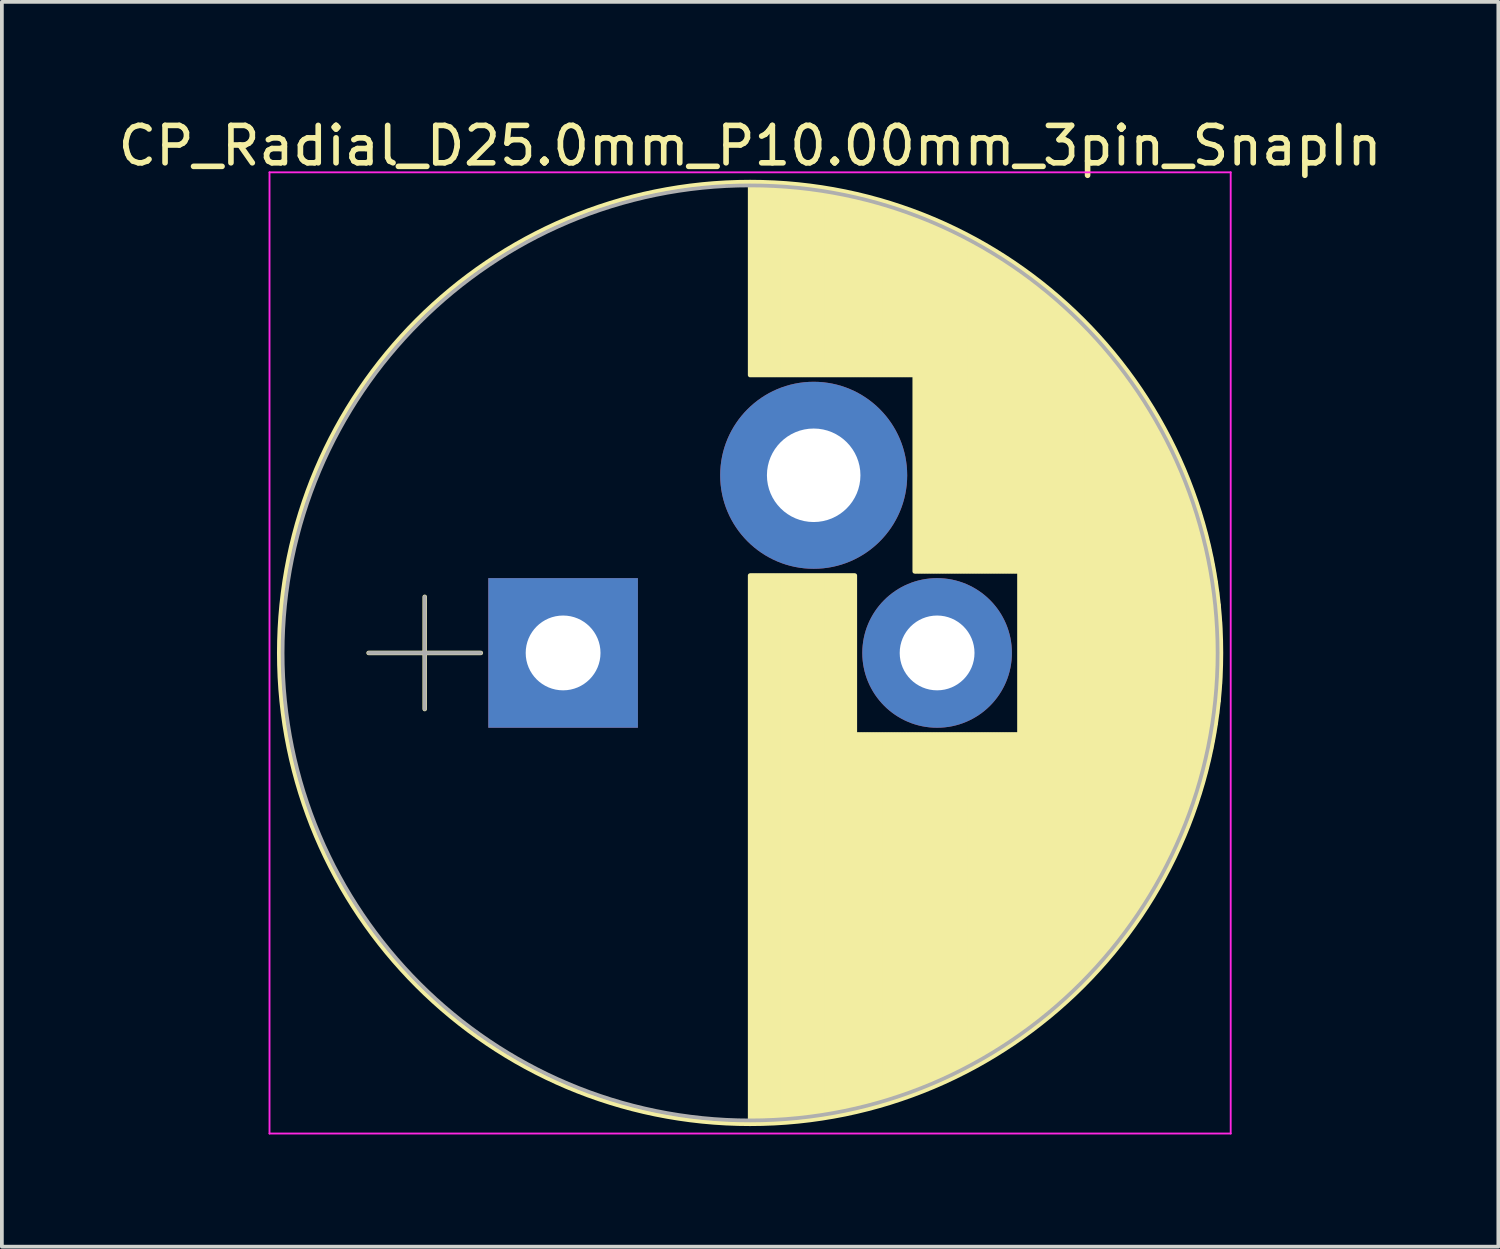
<source format=kicad_pcb>
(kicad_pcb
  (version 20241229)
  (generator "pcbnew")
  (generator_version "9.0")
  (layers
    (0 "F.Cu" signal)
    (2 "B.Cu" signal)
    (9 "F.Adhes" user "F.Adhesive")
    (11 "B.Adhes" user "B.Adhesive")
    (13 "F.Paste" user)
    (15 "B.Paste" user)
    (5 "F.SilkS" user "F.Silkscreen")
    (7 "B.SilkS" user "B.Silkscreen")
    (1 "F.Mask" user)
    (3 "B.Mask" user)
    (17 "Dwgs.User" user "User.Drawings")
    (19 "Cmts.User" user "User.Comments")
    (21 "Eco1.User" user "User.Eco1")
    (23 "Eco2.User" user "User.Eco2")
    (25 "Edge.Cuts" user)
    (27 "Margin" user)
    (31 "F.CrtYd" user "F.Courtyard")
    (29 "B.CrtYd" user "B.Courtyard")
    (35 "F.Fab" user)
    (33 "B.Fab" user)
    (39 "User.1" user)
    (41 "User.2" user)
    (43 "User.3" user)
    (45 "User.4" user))
  (footprint "CP_Radial_D25.0mm_P10.00mm_3pin_SnapIn"
    (layer "F.Cu")
    (at 12.006 14.408)
    (property "Reference" "CP_Radial_D25.0mm_P10.00mm_3pin_SnapIn" (at 5 -13.56 0) (layer "F.SilkS") (effects (font (size 1 1) (thickness 0.15))))
    (attr through_hole)
    (fp_line (start -5.2 0) (end -2.2 0) (stroke (width 0.12) (type solid)) (layer "F.SilkS"))
    (fp_line (start -3.7 -1.5) (end -3.7 1.5) (stroke (width 0.12) (type solid)) (layer "F.SilkS"))
    (fp_line (start 5 -12.55) (end 5 -7.43) (stroke (width 0.12) (type solid)) (layer "F.SilkS"))
    (fp_line (start 5 -2.07) (end 5 12.55) (stroke (width 0.12) (type solid)) (layer "F.SilkS"))
    (fp_line (start 5.04 -12.55) (end 5.04 -7.43) (stroke (width 0.12) (type solid)) (layer "F.SilkS"))
    (fp_line (start 5.04 -2.07) (end 5.04 12.55) (stroke (width 0.12) (type solid)) (layer "F.SilkS"))
    (fp_line (start 5.08 -12.55) (end 5.08 -7.43) (stroke (width 0.12) (type solid)) (layer "F.SilkS"))
    (fp_line (start 5.08 -2.07) (end 5.08 12.55) (stroke (width 0.12) (type solid)) (layer "F.SilkS"))
    (fp_line (start 5.12 -12.55) (end 5.12 -7.43) (stroke (width 0.12) (type solid)) (layer "F.SilkS"))
    (fp_line (start 5.12 -2.07) (end 5.12 12.55) (stroke (width 0.12) (type solid)) (layer "F.SilkS"))
    (fp_line (start 5.16 -12.549) (end 5.16 -7.43) (stroke (width 0.12) (type solid)) (layer "F.SilkS"))
    (fp_line (start 5.16 -2.07) (end 5.16 12.549) (stroke (width 0.12) (type solid)) (layer "F.SilkS"))
    (fp_line (start 5.2 -12.549) (end 5.2 -7.43) (stroke (width 0.12) (type solid)) (layer "F.SilkS"))
    (fp_line (start 5.2 -2.07) (end 5.2 12.549) (stroke (width 0.12) (type solid)) (layer "F.SilkS"))
    (fp_line (start 5.24 -12.548) (end 5.24 -7.43) (stroke (width 0.12) (type solid)) (layer "F.SilkS"))
    (fp_line (start 5.24 -2.07) (end 5.24 12.548) (stroke (width 0.12) (type solid)) (layer "F.SilkS"))
    (fp_line (start 5.28 -12.547) (end 5.28 -7.43) (stroke (width 0.12) (type solid)) (layer "F.SilkS"))
    (fp_line (start 5.28 -2.07) (end 5.28 12.547) (stroke (width 0.12) (type solid)) (layer "F.SilkS"))
    (fp_line (start 5.32 -12.546) (end 5.32 -7.43) (stroke (width 0.12) (type solid)) (layer "F.SilkS"))
    (fp_line (start 5.32 -2.07) (end 5.32 12.546) (stroke (width 0.12) (type solid)) (layer "F.SilkS"))
    (fp_line (start 5.36 -12.545) (end 5.36 -7.43) (stroke (width 0.12) (type solid)) (layer "F.SilkS"))
    (fp_line (start 5.36 -2.07) (end 5.36 12.545) (stroke (width 0.12) (type solid)) (layer "F.SilkS"))
    (fp_line (start 5.4 -12.544) (end 5.4 -7.43) (stroke (width 0.12) (type solid)) (layer "F.SilkS"))
    (fp_line (start 5.4 -2.07) (end 5.4 12.544) (stroke (width 0.12) (type solid)) (layer "F.SilkS"))
    (fp_line (start 5.44 -12.543) (end 5.44 -7.43) (stroke (width 0.12) (type solid)) (layer "F.SilkS"))
    (fp_line (start 5.44 -2.07) (end 5.44 12.543) (stroke (width 0.12) (type solid)) (layer "F.SilkS"))
    (fp_line (start 5.48 -12.541) (end 5.48 -7.43) (stroke (width 0.12) (type solid)) (layer "F.SilkS"))
    (fp_line (start 5.48 -2.07) (end 5.48 12.541) (stroke (width 0.12) (type solid)) (layer "F.SilkS"))
    (fp_line (start 5.52 -12.54) (end 5.52 -7.43) (stroke (width 0.12) (type solid)) (layer "F.SilkS"))
    (fp_line (start 5.52 -2.07) (end 5.52 12.54) (stroke (width 0.12) (type solid)) (layer "F.SilkS"))
    (fp_line (start 5.56 -12.538) (end 5.56 -7.43) (stroke (width 0.12) (type solid)) (layer "F.SilkS"))
    (fp_line (start 5.56 -2.07) (end 5.56 12.538) (stroke (width 0.12) (type solid)) (layer "F.SilkS"))
    (fp_line (start 5.6 -12.536) (end 5.6 -7.43) (stroke (width 0.12) (type solid)) (layer "F.SilkS"))
    (fp_line (start 5.6 -2.07) (end 5.6 12.536) (stroke (width 0.12) (type solid)) (layer "F.SilkS"))
    (fp_line (start 5.64 -12.534) (end 5.64 -7.43) (stroke (width 0.12) (type solid)) (layer "F.SilkS"))
    (fp_line (start 5.64 -2.07) (end 5.64 12.534) (stroke (width 0.12) (type solid)) (layer "F.SilkS"))
    (fp_line (start 5.68 -12.532) (end 5.68 -7.43) (stroke (width 0.12) (type solid)) (layer "F.SilkS"))
    (fp_line (start 5.68 -2.07) (end 5.68 12.532) (stroke (width 0.12) (type solid)) (layer "F.SilkS"))
    (fp_line (start 5.721 -12.53) (end 5.721 -7.43) (stroke (width 0.12) (type solid)) (layer "F.SilkS"))
    (fp_line (start 5.721 -2.07) (end 5.721 12.53) (stroke (width 0.12) (type solid)) (layer "F.SilkS"))
    (fp_line (start 5.761 -12.528) (end 5.761 -7.43) (stroke (width 0.12) (type solid)) (layer "F.SilkS"))
    (fp_line (start 5.761 -2.07) (end 5.761 12.528) (stroke (width 0.12) (type solid)) (layer "F.SilkS"))
    (fp_line (start 5.801 -12.525) (end 5.801 -7.43) (stroke (width 0.12) (type solid)) (layer "F.SilkS"))
    (fp_line (start 5.801 -2.07) (end 5.801 12.525) (stroke (width 0.12) (type solid)) (layer "F.SilkS"))
    (fp_line (start 5.841 -12.522) (end 5.841 -7.43) (stroke (width 0.12) (type solid)) (layer "F.SilkS"))
    (fp_line (start 5.841 -2.07) (end 5.841 12.522) (stroke (width 0.12) (type solid)) (layer "F.SilkS"))
    (fp_line (start 5.881 -12.52) (end 5.881 -7.43) (stroke (width 0.12) (type solid)) (layer "F.SilkS"))
    (fp_line (start 5.881 -2.07) (end 5.881 12.52) (stroke (width 0.12) (type solid)) (layer "F.SilkS"))
    (fp_line (start 5.921 -12.517) (end 5.921 -7.43) (stroke (width 0.12) (type solid)) (layer "F.SilkS"))
    (fp_line (start 5.921 -2.07) (end 5.921 12.517) (stroke (width 0.12) (type solid)) (layer "F.SilkS"))
    (fp_line (start 5.961 -12.514) (end 5.961 -7.43) (stroke (width 0.12) (type solid)) (layer "F.SilkS"))
    (fp_line (start 5.961 -2.07) (end 5.961 12.514) (stroke (width 0.12) (type solid)) (layer "F.SilkS"))
    (fp_line (start 6.001 -12.511) (end 6.001 -7.43) (stroke (width 0.12) (type solid)) (layer "F.SilkS"))
    (fp_line (start 6.001 -2.07) (end 6.001 12.511) (stroke (width 0.12) (type solid)) (layer "F.SilkS"))
    (fp_line (start 6.041 -12.507) (end 6.041 -7.43) (stroke (width 0.12) (type solid)) (layer "F.SilkS"))
    (fp_line (start 6.041 -2.07) (end 6.041 12.507) (stroke (width 0.12) (type solid)) (layer "F.SilkS"))
    (fp_line (start 6.081 -12.504) (end 6.081 -7.43) (stroke (width 0.12) (type solid)) (layer "F.SilkS"))
    (fp_line (start 6.081 -2.07) (end 6.081 12.504) (stroke (width 0.12) (type solid)) (layer "F.SilkS"))
    (fp_line (start 6.121 -12.501) (end 6.121 -7.43) (stroke (width 0.12) (type solid)) (layer "F.SilkS"))
    (fp_line (start 6.121 -2.07) (end 6.121 12.501) (stroke (width 0.12) (type solid)) (layer "F.SilkS"))
    (fp_line (start 6.161 -12.497) (end 6.161 -7.43) (stroke (width 0.12) (type solid)) (layer "F.SilkS"))
    (fp_line (start 6.161 -2.07) (end 6.161 12.497) (stroke (width 0.12) (type solid)) (layer "F.SilkS"))
    (fp_line (start 6.201 -12.493) (end 6.201 -7.43) (stroke (width 0.12) (type solid)) (layer "F.SilkS"))
    (fp_line (start 6.201 -2.07) (end 6.201 12.493) (stroke (width 0.12) (type solid)) (layer "F.SilkS"))
    (fp_line (start 6.241 -12.489) (end 6.241 -7.43) (stroke (width 0.12) (type solid)) (layer "F.SilkS"))
    (fp_line (start 6.241 -2.07) (end 6.241 12.489) (stroke (width 0.12) (type solid)) (layer "F.SilkS"))
    (fp_line (start 6.281 -12.485) (end 6.281 -7.43) (stroke (width 0.12) (type solid)) (layer "F.SilkS"))
    (fp_line (start 6.281 -2.07) (end 6.281 12.485) (stroke (width 0.12) (type solid)) (layer "F.SilkS"))
    (fp_line (start 6.321 -12.481) (end 6.321 -7.43) (stroke (width 0.12) (type solid)) (layer "F.SilkS"))
    (fp_line (start 6.321 -2.07) (end 6.321 12.481) (stroke (width 0.12) (type solid)) (layer "F.SilkS"))
    (fp_line (start 6.361 -12.477) (end 6.361 -7.43) (stroke (width 0.12) (type solid)) (layer "F.SilkS"))
    (fp_line (start 6.361 -2.07) (end 6.361 12.477) (stroke (width 0.12) (type solid)) (layer "F.SilkS"))
    (fp_line (start 6.401 -12.472) (end 6.401 -7.43) (stroke (width 0.12) (type solid)) (layer "F.SilkS"))
    (fp_line (start 6.401 -2.07) (end 6.401 12.472) (stroke (width 0.12) (type solid)) (layer "F.SilkS"))
    (fp_line (start 6.441 -12.468) (end 6.441 -7.43) (stroke (width 0.12) (type solid)) (layer "F.SilkS"))
    (fp_line (start 6.441 -2.07) (end 6.441 12.468) (stroke (width 0.12) (type solid)) (layer "F.SilkS"))
    (fp_line (start 6.481 -12.463) (end 6.481 -7.43) (stroke (width 0.12) (type solid)) (layer "F.SilkS"))
    (fp_line (start 6.481 -2.07) (end 6.481 12.463) (stroke (width 0.12) (type solid)) (layer "F.SilkS"))
    (fp_line (start 6.521 -12.458) (end 6.521 -7.43) (stroke (width 0.12) (type solid)) (layer "F.SilkS"))
    (fp_line (start 6.521 -2.07) (end 6.521 12.458) (stroke (width 0.12) (type solid)) (layer "F.SilkS"))
    (fp_line (start 6.561 -12.453) (end 6.561 -7.43) (stroke (width 0.12) (type solid)) (layer "F.SilkS"))
    (fp_line (start 6.561 -2.07) (end 6.561 12.453) (stroke (width 0.12) (type solid)) (layer "F.SilkS"))
    (fp_line (start 6.601 -12.448) (end 6.601 -7.43) (stroke (width 0.12) (type solid)) (layer "F.SilkS"))
    (fp_line (start 6.601 -2.07) (end 6.601 12.448) (stroke (width 0.12) (type solid)) (layer "F.SilkS"))
    (fp_line (start 6.641 -12.443) (end 6.641 -7.43) (stroke (width 0.12) (type solid)) (layer "F.SilkS"))
    (fp_line (start 6.641 -2.07) (end 6.641 12.443) (stroke (width 0.12) (type solid)) (layer "F.SilkS"))
    (fp_line (start 6.681 -12.438) (end 6.681 -7.43) (stroke (width 0.12) (type solid)) (layer "F.SilkS"))
    (fp_line (start 6.681 -2.07) (end 6.681 12.438) (stroke (width 0.12) (type solid)) (layer "F.SilkS"))
    (fp_line (start 6.721 -12.432) (end 6.721 -7.43) (stroke (width 0.12) (type solid)) (layer "F.SilkS"))
    (fp_line (start 6.721 -2.07) (end 6.721 12.432) (stroke (width 0.12) (type solid)) (layer "F.SilkS"))
    (fp_line (start 6.761 -12.427) (end 6.761 -7.43) (stroke (width 0.12) (type solid)) (layer "F.SilkS"))
    (fp_line (start 6.761 -2.07) (end 6.761 12.427) (stroke (width 0.12) (type solid)) (layer "F.SilkS"))
    (fp_line (start 6.801 -12.421) (end 6.801 -7.43) (stroke (width 0.12) (type solid)) (layer "F.SilkS"))
    (fp_line (start 6.801 -2.07) (end 6.801 12.421) (stroke (width 0.12) (type solid)) (layer "F.SilkS"))
    (fp_line (start 6.841 -12.415) (end 6.841 -7.43) (stroke (width 0.12) (type solid)) (layer "F.SilkS"))
    (fp_line (start 6.841 -2.07) (end 6.841 12.415) (stroke (width 0.12) (type solid)) (layer "F.SilkS"))
    (fp_line (start 6.881 -12.409) (end 6.881 -7.43) (stroke (width 0.12) (type solid)) (layer "F.SilkS"))
    (fp_line (start 6.881 -2.07) (end 6.881 12.409) (stroke (width 0.12) (type solid)) (layer "F.SilkS"))
    (fp_line (start 6.921 -12.403) (end 6.921 -7.43) (stroke (width 0.12) (type solid)) (layer "F.SilkS"))
    (fp_line (start 6.921 -2.07) (end 6.921 12.403) (stroke (width 0.12) (type solid)) (layer "F.SilkS"))
    (fp_line (start 6.961 -12.397) (end 6.961 -7.43) (stroke (width 0.12) (type solid)) (layer "F.SilkS"))
    (fp_line (start 6.961 -2.07) (end 6.961 12.397) (stroke (width 0.12) (type solid)) (layer "F.SilkS"))
    (fp_line (start 7.001 -12.391) (end 7.001 -7.43) (stroke (width 0.12) (type solid)) (layer "F.SilkS"))
    (fp_line (start 7.001 -2.07) (end 7.001 12.391) (stroke (width 0.12) (type solid)) (layer "F.SilkS"))
    (fp_line (start 7.041 -12.384) (end 7.041 -7.43) (stroke (width 0.12) (type solid)) (layer "F.SilkS"))
    (fp_line (start 7.041 -2.07) (end 7.041 12.384) (stroke (width 0.12) (type solid)) (layer "F.SilkS"))
    (fp_line (start 7.081 -12.377) (end 7.081 -7.43) (stroke (width 0.12) (type solid)) (layer "F.SilkS"))
    (fp_line (start 7.081 -2.07) (end 7.081 12.377) (stroke (width 0.12) (type solid)) (layer "F.SilkS"))
    (fp_line (start 7.121 -12.371) (end 7.121 -7.43) (stroke (width 0.12) (type solid)) (layer "F.SilkS"))
    (fp_line (start 7.121 -2.07) (end 7.121 12.371) (stroke (width 0.12) (type solid)) (layer "F.SilkS"))
    (fp_line (start 7.161 -12.364) (end 7.161 -7.43) (stroke (width 0.12) (type solid)) (layer "F.SilkS"))
    (fp_line (start 7.161 -2.07) (end 7.161 12.364) (stroke (width 0.12) (type solid)) (layer "F.SilkS"))
    (fp_line (start 7.201 -12.357) (end 7.201 -7.43) (stroke (width 0.12) (type solid)) (layer "F.SilkS"))
    (fp_line (start 7.201 -2.07) (end 7.201 12.357) (stroke (width 0.12) (type solid)) (layer "F.SilkS"))
    (fp_line (start 7.241 -12.35) (end 7.241 -7.43) (stroke (width 0.12) (type solid)) (layer "F.SilkS"))
    (fp_line (start 7.241 -2.07) (end 7.241 12.35) (stroke (width 0.12) (type solid)) (layer "F.SilkS"))
    (fp_line (start 7.281 -12.342) (end 7.281 -7.43) (stroke (width 0.12) (type solid)) (layer "F.SilkS"))
    (fp_line (start 7.281 -2.07) (end 7.281 12.342) (stroke (width 0.12) (type solid)) (layer "F.SilkS"))
    (fp_line (start 7.321 -12.335) (end 7.321 -7.43) (stroke (width 0.12) (type solid)) (layer "F.SilkS"))
    (fp_line (start 7.321 -2.07) (end 7.321 12.335) (stroke (width 0.12) (type solid)) (layer "F.SilkS"))
    (fp_line (start 7.361 -12.327) (end 7.361 -7.43) (stroke (width 0.12) (type solid)) (layer "F.SilkS"))
    (fp_line (start 7.361 -2.07) (end 7.361 12.327) (stroke (width 0.12) (type solid)) (layer "F.SilkS"))
    (fp_line (start 7.401 -12.32) (end 7.401 -7.43) (stroke (width 0.12) (type solid)) (layer "F.SilkS"))
    (fp_line (start 7.401 -2.07) (end 7.401 12.32) (stroke (width 0.12) (type solid)) (layer "F.SilkS"))
    (fp_line (start 7.441 -12.312) (end 7.441 -7.43) (stroke (width 0.12) (type solid)) (layer "F.SilkS"))
    (fp_line (start 7.441 -2.07) (end 7.441 12.312) (stroke (width 0.12) (type solid)) (layer "F.SilkS"))
    (fp_line (start 7.481 -12.304) (end 7.481 -7.43) (stroke (width 0.12) (type solid)) (layer "F.SilkS"))
    (fp_line (start 7.481 -2.07) (end 7.481 12.304) (stroke (width 0.12) (type solid)) (layer "F.SilkS"))
    (fp_line (start 7.521 -12.296) (end 7.521 -7.43) (stroke (width 0.12) (type solid)) (layer "F.SilkS"))
    (fp_line (start 7.521 -2.07) (end 7.521 12.296) (stroke (width 0.12) (type solid)) (layer "F.SilkS"))
    (fp_line (start 7.561 -12.287) (end 7.561 -7.43) (stroke (width 0.12) (type solid)) (layer "F.SilkS"))
    (fp_line (start 7.561 -2.07) (end 7.561 12.287) (stroke (width 0.12) (type solid)) (layer "F.SilkS"))
    (fp_line (start 7.601 -12.279) (end 7.601 -7.43) (stroke (width 0.12) (type solid)) (layer "F.SilkS"))
    (fp_line (start 7.601 -2.07) (end 7.601 12.279) (stroke (width 0.12) (type solid)) (layer "F.SilkS"))
    (fp_line (start 7.641 -12.271) (end 7.641 -7.43) (stroke (width 0.12) (type solid)) (layer "F.SilkS"))
    (fp_line (start 7.641 -2.07) (end 7.641 12.271) (stroke (width 0.12) (type solid)) (layer "F.SilkS"))
    (fp_line (start 7.681 -12.262) (end 7.681 -7.43) (stroke (width 0.12) (type solid)) (layer "F.SilkS"))
    (fp_line (start 7.681 -2.07) (end 7.681 12.262) (stroke (width 0.12) (type solid)) (layer "F.SilkS"))
    (fp_line (start 7.721 -12.253) (end 7.721 -7.43) (stroke (width 0.12) (type solid)) (layer "F.SilkS"))
    (fp_line (start 7.721 -2.07) (end 7.721 12.253) (stroke (width 0.12) (type solid)) (layer "F.SilkS"))
    (fp_line (start 7.761 -12.244) (end 7.761 -7.43) (stroke (width 0.12) (type solid)) (layer "F.SilkS"))
    (fp_line (start 7.761 -2.07) (end 7.761 12.244) (stroke (width 0.12) (type solid)) (layer "F.SilkS"))
    (fp_line (start 7.801 -12.235) (end 7.801 -7.43) (stroke (width 0.12) (type solid)) (layer "F.SilkS"))
    (fp_line (start 7.801 -2.07) (end 7.801 12.235) (stroke (width 0.12) (type solid)) (layer "F.SilkS"))
    (fp_line (start 7.841 -12.226) (end 7.841 -7.43) (stroke (width 0.12) (type solid)) (layer "F.SilkS"))
    (fp_line (start 7.841 2.18) (end 7.841 12.226) (stroke (width 0.12) (type solid)) (layer "F.SilkS"))
    (fp_line (start 7.881 -12.217) (end 7.881 -7.43) (stroke (width 0.12) (type solid)) (layer "F.SilkS"))
    (fp_line (start 7.881 2.18) (end 7.881 12.217) (stroke (width 0.12) (type solid)) (layer "F.SilkS"))
    (fp_line (start 7.921 -12.207) (end 7.921 -7.43) (stroke (width 0.12) (type solid)) (layer "F.SilkS"))
    (fp_line (start 7.921 2.18) (end 7.921 12.207) (stroke (width 0.12) (type solid)) (layer "F.SilkS"))
    (fp_line (start 7.961 -12.198) (end 7.961 -7.43) (stroke (width 0.12) (type solid)) (layer "F.SilkS"))
    (fp_line (start 7.961 2.18) (end 7.961 12.198) (stroke (width 0.12) (type solid)) (layer "F.SilkS"))
    (fp_line (start 8.001 -12.188) (end 8.001 -7.43) (stroke (width 0.12) (type solid)) (layer "F.SilkS"))
    (fp_line (start 8.001 2.18) (end 8.001 12.188) (stroke (width 0.12) (type solid)) (layer "F.SilkS"))
    (fp_line (start 8.041 -12.178) (end 8.041 -7.43) (stroke (width 0.12) (type solid)) (layer "F.SilkS"))
    (fp_line (start 8.041 2.18) (end 8.041 12.178) (stroke (width 0.12) (type solid)) (layer "F.SilkS"))
    (fp_line (start 8.081 -12.168) (end 8.081 -7.43) (stroke (width 0.12) (type solid)) (layer "F.SilkS"))
    (fp_line (start 8.081 2.18) (end 8.081 12.168) (stroke (width 0.12) (type solid)) (layer "F.SilkS"))
    (fp_line (start 8.121 -12.158) (end 8.121 -7.43) (stroke (width 0.12) (type solid)) (layer "F.SilkS"))
    (fp_line (start 8.121 2.18) (end 8.121 12.158) (stroke (width 0.12) (type solid)) (layer "F.SilkS"))
    (fp_line (start 8.161 -12.147) (end 8.161 -7.43) (stroke (width 0.12) (type solid)) (layer "F.SilkS"))
    (fp_line (start 8.161 2.18) (end 8.161 12.147) (stroke (width 0.12) (type solid)) (layer "F.SilkS"))
    (fp_line (start 8.201 -12.137) (end 8.201 -7.43) (stroke (width 0.12) (type solid)) (layer "F.SilkS"))
    (fp_line (start 8.201 2.18) (end 8.201 12.137) (stroke (width 0.12) (type solid)) (layer "F.SilkS"))
    (fp_line (start 8.241 -12.126) (end 8.241 -7.43) (stroke (width 0.12) (type solid)) (layer "F.SilkS"))
    (fp_line (start 8.241 2.18) (end 8.241 12.126) (stroke (width 0.12) (type solid)) (layer "F.SilkS"))
    (fp_line (start 8.281 -12.116) (end 8.281 -7.43) (stroke (width 0.12) (type solid)) (layer "F.SilkS"))
    (fp_line (start 8.281 2.18) (end 8.281 12.116) (stroke (width 0.12) (type solid)) (layer "F.SilkS"))
    (fp_line (start 8.321 -12.105) (end 8.321 -7.43) (stroke (width 0.12) (type solid)) (layer "F.SilkS"))
    (fp_line (start 8.321 2.18) (end 8.321 12.105) (stroke (width 0.12) (type solid)) (layer "F.SilkS"))
    (fp_line (start 8.361 -12.094) (end 8.361 -7.43) (stroke (width 0.12) (type solid)) (layer "F.SilkS"))
    (fp_line (start 8.361 2.18) (end 8.361 12.094) (stroke (width 0.12) (type solid)) (layer "F.SilkS"))
    (fp_line (start 8.401 -12.083) (end 8.401 -7.43) (stroke (width 0.12) (type solid)) (layer "F.SilkS"))
    (fp_line (start 8.401 2.18) (end 8.401 12.083) (stroke (width 0.12) (type solid)) (layer "F.SilkS"))
    (fp_line (start 8.441 -12.071) (end 8.441 -7.43) (stroke (width 0.12) (type solid)) (layer "F.SilkS"))
    (fp_line (start 8.441 2.18) (end 8.441 12.071) (stroke (width 0.12) (type solid)) (layer "F.SilkS"))
    (fp_line (start 8.481 -12.06) (end 8.481 -7.43) (stroke (width 0.12) (type solid)) (layer "F.SilkS"))
    (fp_line (start 8.481 2.18) (end 8.481 12.06) (stroke (width 0.12) (type solid)) (layer "F.SilkS"))
    (fp_line (start 8.521 -12.048) (end 8.521 -7.43) (stroke (width 0.12) (type solid)) (layer "F.SilkS"))
    (fp_line (start 8.521 2.18) (end 8.521 12.048) (stroke (width 0.12) (type solid)) (layer "F.SilkS"))
    (fp_line (start 8.561 -12.037) (end 8.561 -7.43) (stroke (width 0.12) (type solid)) (layer "F.SilkS"))
    (fp_line (start 8.561 2.18) (end 8.561 12.037) (stroke (width 0.12) (type solid)) (layer "F.SilkS"))
    (fp_line (start 8.601 -12.025) (end 8.601 -7.43) (stroke (width 0.12) (type solid)) (layer "F.SilkS"))
    (fp_line (start 8.601 2.18) (end 8.601 12.025) (stroke (width 0.12) (type solid)) (layer "F.SilkS"))
    (fp_line (start 8.641 -12.013) (end 8.641 -7.43) (stroke (width 0.12) (type solid)) (layer "F.SilkS"))
    (fp_line (start 8.641 2.18) (end 8.641 12.013) (stroke (width 0.12) (type solid)) (layer "F.SilkS"))
    (fp_line (start 8.681 -12.001) (end 8.681 -7.43) (stroke (width 0.12) (type solid)) (layer "F.SilkS"))
    (fp_line (start 8.681 2.18) (end 8.681 12.001) (stroke (width 0.12) (type solid)) (layer "F.SilkS"))
    (fp_line (start 8.721 -11.988) (end 8.721 -7.43) (stroke (width 0.12) (type solid)) (layer "F.SilkS"))
    (fp_line (start 8.721 2.18) (end 8.721 11.988) (stroke (width 0.12) (type solid)) (layer "F.SilkS"))
    (fp_line (start 8.761 -11.976) (end 8.761 -7.43) (stroke (width 0.12) (type solid)) (layer "F.SilkS"))
    (fp_line (start 8.761 2.18) (end 8.761 11.976) (stroke (width 0.12) (type solid)) (layer "F.SilkS"))
    (fp_line (start 8.801 -11.963) (end 8.801 -7.43) (stroke (width 0.12) (type solid)) (layer "F.SilkS"))
    (fp_line (start 8.801 2.18) (end 8.801 11.963) (stroke (width 0.12) (type solid)) (layer "F.SilkS"))
    (fp_line (start 8.841 -11.951) (end 8.841 -7.43) (stroke (width 0.12) (type solid)) (layer "F.SilkS"))
    (fp_line (start 8.841 2.18) (end 8.841 11.951) (stroke (width 0.12) (type solid)) (layer "F.SilkS"))
    (fp_line (start 8.881 -11.938) (end 8.881 -7.43) (stroke (width 0.12) (type solid)) (layer "F.SilkS"))
    (fp_line (start 8.881 2.18) (end 8.881 11.938) (stroke (width 0.12) (type solid)) (layer "F.SilkS"))
    (fp_line (start 8.921 -11.925) (end 8.921 -7.43) (stroke (width 0.12) (type solid)) (layer "F.SilkS"))
    (fp_line (start 8.921 2.18) (end 8.921 11.925) (stroke (width 0.12) (type solid)) (layer "F.SilkS"))
    (fp_line (start 8.961 -11.912) (end 8.961 -7.43) (stroke (width 0.12) (type solid)) (layer "F.SilkS"))
    (fp_line (start 8.961 2.18) (end 8.961 11.912) (stroke (width 0.12) (type solid)) (layer "F.SilkS"))
    (fp_line (start 9.001 -11.898) (end 9.001 -7.43) (stroke (width 0.12) (type solid)) (layer "F.SilkS"))
    (fp_line (start 9.001 2.18) (end 9.001 11.898) (stroke (width 0.12) (type solid)) (layer "F.SilkS"))
    (fp_line (start 9.041 -11.885) (end 9.041 -7.43) (stroke (width 0.12) (type solid)) (layer "F.SilkS"))
    (fp_line (start 9.041 2.18) (end 9.041 11.885) (stroke (width 0.12) (type solid)) (layer "F.SilkS"))
    (fp_line (start 9.081 -11.871) (end 9.081 -7.43) (stroke (width 0.12) (type solid)) (layer "F.SilkS"))
    (fp_line (start 9.081 2.18) (end 9.081 11.871) (stroke (width 0.12) (type solid)) (layer "F.SilkS"))
    (fp_line (start 9.121 -11.857) (end 9.121 -7.43) (stroke (width 0.12) (type solid)) (layer "F.SilkS"))
    (fp_line (start 9.121 2.18) (end 9.121 11.857) (stroke (width 0.12) (type solid)) (layer "F.SilkS"))
    (fp_line (start 9.161 -11.843) (end 9.161 -7.43) (stroke (width 0.12) (type solid)) (layer "F.SilkS"))
    (fp_line (start 9.161 2.18) (end 9.161 11.843) (stroke (width 0.12) (type solid)) (layer "F.SilkS"))
    (fp_line (start 9.201 -11.829) (end 9.201 -7.43) (stroke (width 0.12) (type solid)) (layer "F.SilkS"))
    (fp_line (start 9.201 2.18) (end 9.201 11.829) (stroke (width 0.12) (type solid)) (layer "F.SilkS"))
    (fp_line (start 9.241 -11.815) (end 9.241 -7.43) (stroke (width 0.12) (type solid)) (layer "F.SilkS"))
    (fp_line (start 9.241 2.18) (end 9.241 11.815) (stroke (width 0.12) (type solid)) (layer "F.SilkS"))
    (fp_line (start 9.281 -11.801) (end 9.281 -7.43) (stroke (width 0.12) (type solid)) (layer "F.SilkS"))
    (fp_line (start 9.281 2.18) (end 9.281 11.801) (stroke (width 0.12) (type solid)) (layer "F.SilkS"))
    (fp_line (start 9.321 -11.786) (end 9.321 -7.43) (stroke (width 0.12) (type solid)) (layer "F.SilkS"))
    (fp_line (start 9.321 2.18) (end 9.321 11.786) (stroke (width 0.12) (type solid)) (layer "F.SilkS"))
    (fp_line (start 9.361 -11.771) (end 9.361 -7.43) (stroke (width 0.12) (type solid)) (layer "F.SilkS"))
    (fp_line (start 9.361 2.18) (end 9.361 11.771) (stroke (width 0.12) (type solid)) (layer "F.SilkS"))
    (fp_line (start 9.401 -11.757) (end 9.401 -2.18) (stroke (width 0.12) (type solid)) (layer "F.SilkS"))
    (fp_line (start 9.401 2.18) (end 9.401 11.757) (stroke (width 0.12) (type solid)) (layer "F.SilkS"))
    (fp_line (start 9.441 -11.742) (end 9.441 -2.18) (stroke (width 0.12) (type solid)) (layer "F.SilkS"))
    (fp_line (start 9.441 2.18) (end 9.441 11.742) (stroke (width 0.12) (type solid)) (layer "F.SilkS"))
    (fp_line (start 9.481 -11.726) (end 9.481 -2.18) (stroke (width 0.12) (type solid)) (layer "F.SilkS"))
    (fp_line (start 9.481 2.18) (end 9.481 11.726) (stroke (width 0.12) (type solid)) (layer "F.SilkS"))
    (fp_line (start 9.521 -11.711) (end 9.521 -2.18) (stroke (width 0.12) (type solid)) (layer "F.SilkS"))
    (fp_line (start 9.521 2.18) (end 9.521 11.711) (stroke (width 0.12) (type solid)) (layer "F.SilkS"))
    (fp_line (start 9.561 -11.696) (end 9.561 -2.18) (stroke (width 0.12) (type solid)) (layer "F.SilkS"))
    (fp_line (start 9.561 2.18) (end 9.561 11.696) (stroke (width 0.12) (type solid)) (layer "F.SilkS"))
    (fp_line (start 9.601 -11.68) (end 9.601 -2.18) (stroke (width 0.12) (type solid)) (layer "F.SilkS"))
    (fp_line (start 9.601 2.18) (end 9.601 11.68) (stroke (width 0.12) (type solid)) (layer "F.SilkS"))
    (fp_line (start 9.641 -11.664) (end 9.641 -2.18) (stroke (width 0.12) (type solid)) (layer "F.SilkS"))
    (fp_line (start 9.641 2.18) (end 9.641 11.664) (stroke (width 0.12) (type solid)) (layer "F.SilkS"))
    (fp_line (start 9.681 -11.648) (end 9.681 -2.18) (stroke (width 0.12) (type solid)) (layer "F.SilkS"))
    (fp_line (start 9.681 2.18) (end 9.681 11.648) (stroke (width 0.12) (type solid)) (layer "F.SilkS"))
    (fp_line (start 9.721 -11.632) (end 9.721 -2.18) (stroke (width 0.12) (type solid)) (layer "F.SilkS"))
    (fp_line (start 9.721 2.18) (end 9.721 11.632) (stroke (width 0.12) (type solid)) (layer "F.SilkS"))
    (fp_line (start 9.761 -11.616) (end 9.761 -2.18) (stroke (width 0.12) (type solid)) (layer "F.SilkS"))
    (fp_line (start 9.761 2.18) (end 9.761 11.616) (stroke (width 0.12) (type solid)) (layer "F.SilkS"))
    (fp_line (start 9.801 -11.6) (end 9.801 -2.18) (stroke (width 0.12) (type solid)) (layer "F.SilkS"))
    (fp_line (start 9.801 2.18) (end 9.801 11.6) (stroke (width 0.12) (type solid)) (layer "F.SilkS"))
    (fp_line (start 9.841 -11.583) (end 9.841 -2.18) (stroke (width 0.12) (type solid)) (layer "F.SilkS"))
    (fp_line (start 9.841 2.18) (end 9.841 11.583) (stroke (width 0.12) (type solid)) (layer "F.SilkS"))
    (fp_line (start 9.881 -11.566) (end 9.881 -2.18) (stroke (width 0.12) (type solid)) (layer "F.SilkS"))
    (fp_line (start 9.881 2.18) (end 9.881 11.566) (stroke (width 0.12) (type solid)) (layer "F.SilkS"))
    (fp_line (start 9.921 -11.549) (end 9.921 -2.18) (stroke (width 0.12) (type solid)) (layer "F.SilkS"))
    (fp_line (start 9.921 2.18) (end 9.921 11.549) (stroke (width 0.12) (type solid)) (layer "F.SilkS"))
    (fp_line (start 9.961 -11.532) (end 9.961 -2.18) (stroke (width 0.12) (type solid)) (layer "F.SilkS"))
    (fp_line (start 9.961 2.18) (end 9.961 11.532) (stroke (width 0.12) (type solid)) (layer "F.SilkS"))
    (fp_line (start 10.001 -11.515) (end 10.001 -2.18) (stroke (width 0.12) (type solid)) (layer "F.SilkS"))
    (fp_line (start 10.001 2.18) (end 10.001 11.515) (stroke (width 0.12) (type solid)) (layer "F.SilkS"))
    (fp_line (start 10.041 -11.498) (end 10.041 -2.18) (stroke (width 0.12) (type solid)) (layer "F.SilkS"))
    (fp_line (start 10.041 2.18) (end 10.041 11.498) (stroke (width 0.12) (type solid)) (layer "F.SilkS"))
    (fp_line (start 10.081 -11.48) (end 10.081 -2.18) (stroke (width 0.12) (type solid)) (layer "F.SilkS"))
    (fp_line (start 10.081 2.18) (end 10.081 11.48) (stroke (width 0.12) (type solid)) (layer "F.SilkS"))
    (fp_line (start 10.121 -11.462) (end 10.121 -2.18) (stroke (width 0.12) (type solid)) (layer "F.SilkS"))
    (fp_line (start 10.121 2.18) (end 10.121 11.462) (stroke (width 0.12) (type solid)) (layer "F.SilkS"))
    (fp_line (start 10.161 -11.445) (end 10.161 -2.18) (stroke (width 0.12) (type solid)) (layer "F.SilkS"))
    (fp_line (start 10.161 2.18) (end 10.161 11.445) (stroke (width 0.12) (type solid)) (layer "F.SilkS"))
    (fp_line (start 10.201 -11.426) (end 10.201 -2.18) (stroke (width 0.12) (type solid)) (layer "F.SilkS"))
    (fp_line (start 10.201 2.18) (end 10.201 11.426) (stroke (width 0.12) (type solid)) (layer "F.SilkS"))
    (fp_line (start 10.241 -11.408) (end 10.241 -2.18) (stroke (width 0.12) (type solid)) (layer "F.SilkS"))
    (fp_line (start 10.241 2.18) (end 10.241 11.408) (stroke (width 0.12) (type solid)) (layer "F.SilkS"))
    (fp_line (start 10.281 -11.39) (end 10.281 -2.18) (stroke (width 0.12) (type solid)) (layer "F.SilkS"))
    (fp_line (start 10.281 2.18) (end 10.281 11.39) (stroke (width 0.12) (type solid)) (layer "F.SilkS"))
    (fp_line (start 10.321 -11.371) (end 10.321 -2.18) (stroke (width 0.12) (type solid)) (layer "F.SilkS"))
    (fp_line (start 10.321 2.18) (end 10.321 11.371) (stroke (width 0.12) (type solid)) (layer "F.SilkS"))
    (fp_line (start 10.361 -11.353) (end 10.361 -2.18) (stroke (width 0.12) (type solid)) (layer "F.SilkS"))
    (fp_line (start 10.361 2.18) (end 10.361 11.353) (stroke (width 0.12) (type solid)) (layer "F.SilkS"))
    (fp_line (start 10.401 -11.334) (end 10.401 -2.18) (stroke (width 0.12) (type solid)) (layer "F.SilkS"))
    (fp_line (start 10.401 2.18) (end 10.401 11.334) (stroke (width 0.12) (type solid)) (layer "F.SilkS"))
    (fp_line (start 10.441 -11.315) (end 10.441 -2.18) (stroke (width 0.12) (type solid)) (layer "F.SilkS"))
    (fp_line (start 10.441 2.18) (end 10.441 11.315) (stroke (width 0.12) (type solid)) (layer "F.SilkS"))
    (fp_line (start 10.481 -11.295) (end 10.481 -2.18) (stroke (width 0.12) (type solid)) (layer "F.SilkS"))
    (fp_line (start 10.481 2.18) (end 10.481 11.295) (stroke (width 0.12) (type solid)) (layer "F.SilkS"))
    (fp_line (start 10.521 -11.276) (end 10.521 -2.18) (stroke (width 0.12) (type solid)) (layer "F.SilkS"))
    (fp_line (start 10.521 2.18) (end 10.521 11.276) (stroke (width 0.12) (type solid)) (layer "F.SilkS"))
    (fp_line (start 10.561 -11.256) (end 10.561 -2.18) (stroke (width 0.12) (type solid)) (layer "F.SilkS"))
    (fp_line (start 10.561 2.18) (end 10.561 11.256) (stroke (width 0.12) (type solid)) (layer "F.SilkS"))
    (fp_line (start 10.601 -11.236) (end 10.601 -2.18) (stroke (width 0.12) (type solid)) (layer "F.SilkS"))
    (fp_line (start 10.601 2.18) (end 10.601 11.236) (stroke (width 0.12) (type solid)) (layer "F.SilkS"))
    (fp_line (start 10.641 -11.217) (end 10.641 -2.18) (stroke (width 0.12) (type solid)) (layer "F.SilkS"))
    (fp_line (start 10.641 2.18) (end 10.641 11.217) (stroke (width 0.12) (type solid)) (layer "F.SilkS"))
    (fp_line (start 10.681 -11.196) (end 10.681 -2.18) (stroke (width 0.12) (type solid)) (layer "F.SilkS"))
    (fp_line (start 10.681 2.18) (end 10.681 11.196) (stroke (width 0.12) (type solid)) (layer "F.SilkS"))
    (fp_line (start 10.721 -11.176) (end 10.721 -2.18) (stroke (width 0.12) (type solid)) (layer "F.SilkS"))
    (fp_line (start 10.721 2.18) (end 10.721 11.176) (stroke (width 0.12) (type solid)) (layer "F.SilkS"))
    (fp_line (start 10.761 -11.156) (end 10.761 -2.18) (stroke (width 0.12) (type solid)) (layer "F.SilkS"))
    (fp_line (start 10.761 2.18) (end 10.761 11.156) (stroke (width 0.12) (type solid)) (layer "F.SilkS"))
    (fp_line (start 10.801 -11.135) (end 10.801 -2.18) (stroke (width 0.12) (type solid)) (layer "F.SilkS"))
    (fp_line (start 10.801 2.18) (end 10.801 11.135) (stroke (width 0.12) (type solid)) (layer "F.SilkS"))
    (fp_line (start 10.841 -11.114) (end 10.841 -2.18) (stroke (width 0.12) (type solid)) (layer "F.SilkS"))
    (fp_line (start 10.841 2.18) (end 10.841 11.114) (stroke (width 0.12) (type solid)) (layer "F.SilkS"))
    (fp_line (start 10.881 -11.093) (end 10.881 -2.18) (stroke (width 0.12) (type solid)) (layer "F.SilkS"))
    (fp_line (start 10.881 2.18) (end 10.881 11.093) (stroke (width 0.12) (type solid)) (layer "F.SilkS"))
    (fp_line (start 10.921 -11.072) (end 10.921 -2.18) (stroke (width 0.12) (type solid)) (layer "F.SilkS"))
    (fp_line (start 10.921 2.18) (end 10.921 11.072) (stroke (width 0.12) (type solid)) (layer "F.SilkS"))
    (fp_line (start 10.961 -11.05) (end 10.961 -2.18) (stroke (width 0.12) (type solid)) (layer "F.SilkS"))
    (fp_line (start 10.961 2.18) (end 10.961 11.05) (stroke (width 0.12) (type solid)) (layer "F.SilkS"))
    (fp_line (start 11.001 -11.029) (end 11.001 -2.18) (stroke (width 0.12) (type solid)) (layer "F.SilkS"))
    (fp_line (start 11.001 2.18) (end 11.001 11.029) (stroke (width 0.12) (type solid)) (layer "F.SilkS"))
    (fp_line (start 11.041 -11.007) (end 11.041 -2.18) (stroke (width 0.12) (type solid)) (layer "F.SilkS"))
    (fp_line (start 11.041 2.18) (end 11.041 11.007) (stroke (width 0.12) (type solid)) (layer "F.SilkS"))
    (fp_line (start 11.081 -10.985) (end 11.081 -2.18) (stroke (width 0.12) (type solid)) (layer "F.SilkS"))
    (fp_line (start 11.081 2.18) (end 11.081 10.985) (stroke (width 0.12) (type solid)) (layer "F.SilkS"))
    (fp_line (start 11.121 -10.963) (end 11.121 -2.18) (stroke (width 0.12) (type solid)) (layer "F.SilkS"))
    (fp_line (start 11.121 2.18) (end 11.121 10.963) (stroke (width 0.12) (type solid)) (layer "F.SilkS"))
    (fp_line (start 11.161 -10.941) (end 11.161 -2.18) (stroke (width 0.12) (type solid)) (layer "F.SilkS"))
    (fp_line (start 11.161 2.18) (end 11.161 10.941) (stroke (width 0.12) (type solid)) (layer "F.SilkS"))
    (fp_line (start 11.201 -10.918) (end 11.201 -2.18) (stroke (width 0.12) (type solid)) (layer "F.SilkS"))
    (fp_line (start 11.201 2.18) (end 11.201 10.918) (stroke (width 0.12) (type solid)) (layer "F.SilkS"))
    (fp_line (start 11.241 -10.895) (end 11.241 -2.18) (stroke (width 0.12) (type solid)) (layer "F.SilkS"))
    (fp_line (start 11.241 2.18) (end 11.241 10.895) (stroke (width 0.12) (type solid)) (layer "F.SilkS"))
    (fp_line (start 11.281 -10.872) (end 11.281 -2.18) (stroke (width 0.12) (type solid)) (layer "F.SilkS"))
    (fp_line (start 11.281 2.18) (end 11.281 10.872) (stroke (width 0.12) (type solid)) (layer "F.SilkS"))
    (fp_line (start 11.321 -10.849) (end 11.321 -2.18) (stroke (width 0.12) (type solid)) (layer "F.SilkS"))
    (fp_line (start 11.321 2.18) (end 11.321 10.849) (stroke (width 0.12) (type solid)) (layer "F.SilkS"))
    (fp_line (start 11.361 -10.826) (end 11.361 -2.18) (stroke (width 0.12) (type solid)) (layer "F.SilkS"))
    (fp_line (start 11.361 2.18) (end 11.361 10.826) (stroke (width 0.12) (type solid)) (layer "F.SilkS"))
    (fp_line (start 11.401 -10.802) (end 11.401 -2.18) (stroke (width 0.12) (type solid)) (layer "F.SilkS"))
    (fp_line (start 11.401 2.18) (end 11.401 10.802) (stroke (width 0.12) (type solid)) (layer "F.SilkS"))
    (fp_line (start 11.441 -10.779) (end 11.441 -2.18) (stroke (width 0.12) (type solid)) (layer "F.SilkS"))
    (fp_line (start 11.441 2.18) (end 11.441 10.779) (stroke (width 0.12) (type solid)) (layer "F.SilkS"))
    (fp_line (start 11.481 -10.755) (end 11.481 -2.18) (stroke (width 0.12) (type solid)) (layer "F.SilkS"))
    (fp_line (start 11.481 2.18) (end 11.481 10.755) (stroke (width 0.12) (type solid)) (layer "F.SilkS"))
    (fp_line (start 11.521 -10.731) (end 11.521 -2.18) (stroke (width 0.12) (type solid)) (layer "F.SilkS"))
    (fp_line (start 11.521 2.18) (end 11.521 10.731) (stroke (width 0.12) (type solid)) (layer "F.SilkS"))
    (fp_line (start 11.561 -10.706) (end 11.561 -2.18) (stroke (width 0.12) (type solid)) (layer "F.SilkS"))
    (fp_line (start 11.561 2.18) (end 11.561 10.706) (stroke (width 0.12) (type solid)) (layer "F.SilkS"))
    (fp_line (start 11.601 -10.682) (end 11.601 -2.18) (stroke (width 0.12) (type solid)) (layer "F.SilkS"))
    (fp_line (start 11.601 2.18) (end 11.601 10.682) (stroke (width 0.12) (type solid)) (layer "F.SilkS"))
    (fp_line (start 11.641 -10.657) (end 11.641 -2.18) (stroke (width 0.12) (type solid)) (layer "F.SilkS"))
    (fp_line (start 11.641 2.18) (end 11.641 10.657) (stroke (width 0.12) (type solid)) (layer "F.SilkS"))
    (fp_line (start 11.681 -10.632) (end 11.681 -2.18) (stroke (width 0.12) (type solid)) (layer "F.SilkS"))
    (fp_line (start 11.681 2.18) (end 11.681 10.632) (stroke (width 0.12) (type solid)) (layer "F.SilkS"))
    (fp_line (start 11.721 -10.607) (end 11.721 -2.18) (stroke (width 0.12) (type solid)) (layer "F.SilkS"))
    (fp_line (start 11.721 2.18) (end 11.721 10.607) (stroke (width 0.12) (type solid)) (layer "F.SilkS"))
    (fp_line (start 11.761 -10.582) (end 11.761 -2.18) (stroke (width 0.12) (type solid)) (layer "F.SilkS"))
    (fp_line (start 11.761 2.18) (end 11.761 10.582) (stroke (width 0.12) (type solid)) (layer "F.SilkS"))
    (fp_line (start 11.801 -10.556) (end 11.801 -2.18) (stroke (width 0.12) (type solid)) (layer "F.SilkS"))
    (fp_line (start 11.801 2.18) (end 11.801 10.556) (stroke (width 0.12) (type solid)) (layer "F.SilkS"))
    (fp_line (start 11.841 -10.53) (end 11.841 -2.18) (stroke (width 0.12) (type solid)) (layer "F.SilkS"))
    (fp_line (start 11.841 2.18) (end 11.841 10.53) (stroke (width 0.12) (type solid)) (layer "F.SilkS"))
    (fp_line (start 11.881 -10.504) (end 11.881 -2.18) (stroke (width 0.12) (type solid)) (layer "F.SilkS"))
    (fp_line (start 11.881 2.18) (end 11.881 10.504) (stroke (width 0.12) (type solid)) (layer "F.SilkS"))
    (fp_line (start 11.921 -10.478) (end 11.921 -2.18) (stroke (width 0.12) (type solid)) (layer "F.SilkS"))
    (fp_line (start 11.921 2.18) (end 11.921 10.478) (stroke (width 0.12) (type solid)) (layer "F.SilkS"))
    (fp_line (start 11.961 -10.452) (end 11.961 -2.18) (stroke (width 0.12) (type solid)) (layer "F.SilkS"))
    (fp_line (start 11.961 2.18) (end 11.961 10.452) (stroke (width 0.12) (type solid)) (layer "F.SilkS"))
    (fp_line (start 12.001 -10.425) (end 12.001 -2.18) (stroke (width 0.12) (type solid)) (layer "F.SilkS"))
    (fp_line (start 12.001 2.18) (end 12.001 10.425) (stroke (width 0.12) (type solid)) (layer "F.SilkS"))
    (fp_line (start 12.041 -10.398) (end 12.041 -2.18) (stroke (width 0.12) (type solid)) (layer "F.SilkS"))
    (fp_line (start 12.041 2.18) (end 12.041 10.398) (stroke (width 0.12) (type solid)) (layer "F.SilkS"))
    (fp_line (start 12.081 -10.371) (end 12.081 -2.18) (stroke (width 0.12) (type solid)) (layer "F.SilkS"))
    (fp_line (start 12.081 2.18) (end 12.081 10.371) (stroke (width 0.12) (type solid)) (layer "F.SilkS"))
    (fp_line (start 12.121 -10.344) (end 12.121 -2.18) (stroke (width 0.12) (type solid)) (layer "F.SilkS"))
    (fp_line (start 12.121 2.18) (end 12.121 10.344) (stroke (width 0.12) (type solid)) (layer "F.SilkS"))
    (fp_line (start 12.161 -10.316) (end 12.161 -2.18) (stroke (width 0.12) (type solid)) (layer "F.SilkS"))
    (fp_line (start 12.161 2.18) (end 12.161 10.316) (stroke (width 0.12) (type solid)) (layer "F.SilkS"))
    (fp_line (start 12.201 -10.289) (end 12.201 10.289) (stroke (width 0.12) (type solid)) (layer "F.SilkS"))
    (fp_line (start 12.241 -10.261) (end 12.241 10.261) (stroke (width 0.12) (type solid)) (layer "F.SilkS"))
    (fp_line (start 12.281 -10.232) (end 12.281 10.232) (stroke (width 0.12) (type solid)) (layer "F.SilkS"))
    (fp_line (start 12.321 -10.204) (end 12.321 10.204) (stroke (width 0.12) (type solid)) (layer "F.SilkS"))
    (fp_line (start 12.361 -10.175) (end 12.361 10.175) (stroke (width 0.12) (type solid)) (layer "F.SilkS"))
    (fp_line (start 12.401 -10.146) (end 12.401 10.146) (stroke (width 0.12) (type solid)) (layer "F.SilkS"))
    (fp_line (start 12.441 -10.117) (end 12.441 10.117) (stroke (width 0.12) (type solid)) (layer "F.SilkS"))
    (fp_line (start 12.481 -10.088) (end 12.481 10.088) (stroke (width 0.12) (type solid)) (layer "F.SilkS"))
    (fp_line (start 12.521 -10.058) (end 12.521 10.058) (stroke (width 0.12) (type solid)) (layer "F.SilkS"))
    (fp_line (start 12.561 -10.028) (end 12.561 10.028) (stroke (width 0.12) (type solid)) (layer "F.SilkS"))
    (fp_line (start 12.601 -9.998) (end 12.601 9.998) (stroke (width 0.12) (type solid)) (layer "F.SilkS"))
    (fp_line (start 12.641 -9.967) (end 12.641 9.967) (stroke (width 0.12) (type solid)) (layer "F.SilkS"))
    (fp_line (start 12.681 -9.937) (end 12.681 9.937) (stroke (width 0.12) (type solid)) (layer "F.SilkS"))
    (fp_line (start 12.721 -9.906) (end 12.721 9.906) (stroke (width 0.12) (type solid)) (layer "F.SilkS"))
    (fp_line (start 12.761 -9.875) (end 12.761 9.875) (stroke (width 0.12) (type solid)) (layer "F.SilkS"))
    (fp_line (start 12.801 -9.843) (end 12.801 9.843) (stroke (width 0.12) (type solid)) (layer "F.SilkS"))
    (fp_line (start 12.841 -9.812) (end 12.841 9.812) (stroke (width 0.12) (type solid)) (layer "F.SilkS"))
    (fp_line (start 12.881 -9.78) (end 12.881 9.78) (stroke (width 0.12) (type solid)) (layer "F.SilkS"))
    (fp_line (start 12.921 -9.747) (end 12.921 9.747) (stroke (width 0.12) (type solid)) (layer "F.SilkS"))
    (fp_line (start 12.961 -9.715) (end 12.961 9.715) (stroke (width 0.12) (type solid)) (layer "F.SilkS"))
    (fp_line (start 13.001 -9.682) (end 13.001 9.682) (stroke (width 0.12) (type solid)) (layer "F.SilkS"))
    (fp_line (start 13.041 -9.649) (end 13.041 9.649) (stroke (width 0.12) (type solid)) (layer "F.SilkS"))
    (fp_line (start 13.081 -9.616) (end 13.081 9.616) (stroke (width 0.12) (type solid)) (layer "F.SilkS"))
    (fp_line (start 13.121 -9.582) (end 13.121 9.582) (stroke (width 0.12) (type solid)) (layer "F.SilkS"))
    (fp_line (start 13.161 -9.548) (end 13.161 9.548) (stroke (width 0.12) (type solid)) (layer "F.SilkS"))
    (fp_line (start 13.2 -9.514) (end 13.2 9.514) (stroke (width 0.12) (type solid)) (layer "F.SilkS"))
    (fp_line (start 13.24 -9.479) (end 13.24 9.479) (stroke (width 0.12) (type solid)) (layer "F.SilkS"))
    (fp_line (start 13.28 -9.445) (end 13.28 9.445) (stroke (width 0.12) (type solid)) (layer "F.SilkS"))
    (fp_line (start 13.32 -9.41) (end 13.32 9.41) (stroke (width 0.12) (type solid)) (layer "F.SilkS"))
    (fp_line (start 13.36 -9.374) (end 13.36 9.374) (stroke (width 0.12) (type solid)) (layer "F.SilkS"))
    (fp_line (start 13.4 -9.339) (end 13.4 9.339) (stroke (width 0.12) (type solid)) (layer "F.SilkS"))
    (fp_line (start 13.44 -9.303) (end 13.44 9.303) (stroke (width 0.12) (type solid)) (layer "F.SilkS"))
    (fp_line (start 13.48 -9.266) (end 13.48 9.266) (stroke (width 0.12) (type solid)) (layer "F.SilkS"))
    (fp_line (start 13.52 -9.23) (end 13.52 9.23) (stroke (width 0.12) (type solid)) (layer "F.SilkS"))
    (fp_line (start 13.56 -9.193) (end 13.56 9.193) (stroke (width 0.12) (type solid)) (layer "F.SilkS"))
    (fp_line (start 13.6 -9.156) (end 13.6 9.156) (stroke (width 0.12) (type solid)) (layer "F.SilkS"))
    (fp_line (start 13.64 -9.118) (end 13.64 9.118) (stroke (width 0.12) (type solid)) (layer "F.SilkS"))
    (fp_line (start 13.68 -9.08) (end 13.68 9.08) (stroke (width 0.12) (type solid)) (layer "F.SilkS"))
    (fp_line (start 13.72 -9.042) (end 13.72 9.042) (stroke (width 0.12) (type solid)) (layer "F.SilkS"))
    (fp_line (start 13.76 -9.003) (end 13.76 9.003) (stroke (width 0.12) (type solid)) (layer "F.SilkS"))
    (fp_line (start 13.8 -8.964) (end 13.8 8.964) (stroke (width 0.12) (type solid)) (layer "F.SilkS"))
    (fp_line (start 13.84 -8.925) (end 13.84 8.925) (stroke (width 0.12) (type solid)) (layer "F.SilkS"))
    (fp_line (start 13.88 -8.885) (end 13.88 8.885) (stroke (width 0.12) (type solid)) (layer "F.SilkS"))
    (fp_line (start 13.92 -8.845) (end 13.92 8.845) (stroke (width 0.12) (type solid)) (layer "F.SilkS"))
    (fp_line (start 13.96 -8.805) (end 13.96 8.805) (stroke (width 0.12) (type solid)) (layer "F.SilkS"))
    (fp_line (start 14 -8.764) (end 14 8.764) (stroke (width 0.12) (type solid)) (layer "F.SilkS"))
    (fp_line (start 14.04 -8.723) (end 14.04 8.723) (stroke (width 0.12) (type solid)) (layer "F.SilkS"))
    (fp_line (start 14.08 -8.682) (end 14.08 8.682) (stroke (width 0.12) (type solid)) (layer "F.SilkS"))
    (fp_line (start 14.12 -8.64) (end 14.12 8.64) (stroke (width 0.12) (type solid)) (layer "F.SilkS"))
    (fp_line (start 14.16 -8.598) (end 14.16 8.598) (stroke (width 0.12) (type solid)) (layer "F.SilkS"))
    (fp_line (start 14.2 -8.555) (end 14.2 8.555) (stroke (width 0.12) (type solid)) (layer "F.SilkS"))
    (fp_line (start 14.24 -8.512) (end 14.24 8.512) (stroke (width 0.12) (type solid)) (layer "F.SilkS"))
    (fp_line (start 14.28 -8.469) (end 14.28 8.469) (stroke (width 0.12) (type solid)) (layer "F.SilkS"))
    (fp_line (start 14.32 -8.425) (end 14.32 8.425) (stroke (width 0.12) (type solid)) (layer "F.SilkS"))
    (fp_line (start 14.36 -8.381) (end 14.36 8.381) (stroke (width 0.12) (type solid)) (layer "F.SilkS"))
    (fp_line (start 14.4 -8.336) (end 14.4 8.336) (stroke (width 0.12) (type solid)) (layer "F.SilkS"))
    (fp_line (start 14.44 -8.291) (end 14.44 8.291) (stroke (width 0.12) (type solid)) (layer "F.SilkS"))
    (fp_line (start 14.48 -8.245) (end 14.48 8.245) (stroke (width 0.12) (type solid)) (layer "F.SilkS"))
    (fp_line (start 14.52 -8.199) (end 14.52 8.199) (stroke (width 0.12) (type solid)) (layer "F.SilkS"))
    (fp_line (start 14.56 -8.153) (end 14.56 8.153) (stroke (width 0.12) (type solid)) (layer "F.SilkS"))
    (fp_line (start 14.6 -8.106) (end 14.6 8.106) (stroke (width 0.12) (type solid)) (layer "F.SilkS"))
    (fp_line (start 14.64 -8.059) (end 14.64 8.059) (stroke (width 0.12) (type solid)) (layer "F.SilkS"))
    (fp_line (start 14.68 -8.011) (end 14.68 8.011) (stroke (width 0.12) (type solid)) (layer "F.SilkS"))
    (fp_line (start 14.72 -7.962) (end 14.72 7.962) (stroke (width 0.12) (type solid)) (layer "F.SilkS"))
    (fp_line (start 14.76 -7.914) (end 14.76 7.914) (stroke (width 0.12) (type solid)) (layer "F.SilkS"))
    (fp_line (start 14.8 -7.864) (end 14.8 7.864) (stroke (width 0.12) (type solid)) (layer "F.SilkS"))
    (fp_line (start 14.84 -7.814) (end 14.84 7.814) (stroke (width 0.12) (type solid)) (layer "F.SilkS"))
    (fp_line (start 14.88 -7.764) (end 14.88 7.764) (stroke (width 0.12) (type solid)) (layer "F.SilkS"))
    (fp_line (start 14.92 -7.713) (end 14.92 7.713) (stroke (width 0.12) (type solid)) (layer "F.SilkS"))
    (fp_line (start 14.96 -7.662) (end 14.96 7.662) (stroke (width 0.12) (type solid)) (layer "F.SilkS"))
    (fp_line (start 15 -7.61) (end 15 7.61) (stroke (width 0.12) (type solid)) (layer "F.SilkS"))
    (fp_line (start 15.04 -7.557) (end 15.04 7.557) (stroke (width 0.12) (type solid)) (layer "F.SilkS"))
    (fp_line (start 15.08 -7.504) (end 15.08 7.504) (stroke (width 0.12) (type solid)) (layer "F.SilkS"))
    (fp_line (start 15.12 -7.45) (end 15.12 7.45) (stroke (width 0.12) (type solid)) (layer "F.SilkS"))
    (fp_line (start 15.16 -7.396) (end 15.16 7.396) (stroke (width 0.12) (type solid)) (layer "F.SilkS"))
    (fp_line (start 15.2 -7.341) (end 15.2 7.341) (stroke (width 0.12) (type solid)) (layer "F.SilkS"))
    (fp_line (start 15.24 -7.285) (end 15.24 7.285) (stroke (width 0.12) (type solid)) (layer "F.SilkS"))
    (fp_line (start 15.28 -7.229) (end 15.28 7.229) (stroke (width 0.12) (type solid)) (layer "F.SilkS"))
    (fp_line (start 15.32 -7.172) (end 15.32 7.172) (stroke (width 0.12) (type solid)) (layer "F.SilkS"))
    (fp_line (start 15.36 -7.114) (end 15.36 7.114) (stroke (width 0.12) (type solid)) (layer "F.SilkS"))
    (fp_line (start 15.4 -7.056) (end 15.4 7.056) (stroke (width 0.12) (type solid)) (layer "F.SilkS"))
    (fp_line (start 15.44 -6.997) (end 15.44 6.997) (stroke (width 0.12) (type solid)) (layer "F.SilkS"))
    (fp_line (start 15.48 -6.937) (end 15.48 6.937) (stroke (width 0.12) (type solid)) (layer "F.SilkS"))
    (fp_line (start 15.52 -6.877) (end 15.52 6.877) (stroke (width 0.12) (type solid)) (layer "F.SilkS"))
    (fp_line (start 15.56 -6.816) (end 15.56 6.816) (stroke (width 0.12) (type solid)) (layer "F.SilkS"))
    (fp_line (start 15.6 -6.754) (end 15.6 6.754) (stroke (width 0.12) (type solid)) (layer "F.SilkS"))
    (fp_line (start 15.64 -6.691) (end 15.64 6.691) (stroke (width 0.12) (type solid)) (layer "F.SilkS"))
    (fp_line (start 15.68 -6.627) (end 15.68 6.627) (stroke (width 0.12) (type solid)) (layer "F.SilkS"))
    (fp_line (start 15.72 -6.563) (end 15.72 6.563) (stroke (width 0.12) (type solid)) (layer "F.SilkS"))
    (fp_line (start 15.76 -6.497) (end 15.76 6.497) (stroke (width 0.12) (type solid)) (layer "F.SilkS"))
    (fp_line (start 15.8 -6.431) (end 15.8 6.431) (stroke (width 0.12) (type solid)) (layer "F.SilkS"))
    (fp_line (start 15.84 -6.364) (end 15.84 6.364) (stroke (width 0.12) (type solid)) (layer "F.SilkS"))
    (fp_line (start 15.88 -6.296) (end 15.88 6.296) (stroke (width 0.12) (type solid)) (layer "F.SilkS"))
    (fp_line (start 15.92 -6.226) (end 15.92 6.226) (stroke (width 0.12) (type solid)) (layer "F.SilkS"))
    (fp_line (start 15.96 -6.156) (end 15.96 6.156) (stroke (width 0.12) (type solid)) (layer "F.SilkS"))
    (fp_line (start 16 -6.085) (end 16 6.085) (stroke (width 0.12) (type solid)) (layer "F.SilkS"))
    (fp_line (start 16.04 -6.012) (end 16.04 6.012) (stroke (width 0.12) (type solid)) (layer "F.SilkS"))
    (fp_line (start 16.08 -5.939) (end 16.08 5.939) (stroke (width 0.12) (type solid)) (layer "F.SilkS"))
    (fp_line (start 16.12 -5.864) (end 16.12 5.864) (stroke (width 0.12) (type solid)) (layer "F.SilkS"))
    (fp_line (start 16.16 -5.788) (end 16.16 5.788) (stroke (width 0.12) (type solid)) (layer "F.SilkS"))
    (fp_line (start 16.2 -5.711) (end 16.2 5.711) (stroke (width 0.12) (type solid)) (layer "F.SilkS"))
    (fp_line (start 16.24 -5.632) (end 16.24 5.632) (stroke (width 0.12) (type solid)) (layer "F.SilkS"))
    (fp_line (start 16.28 -5.552) (end 16.28 5.552) (stroke (width 0.12) (type solid)) (layer "F.SilkS"))
    (fp_line (start 16.32 -5.471) (end 16.32 5.471) (stroke (width 0.12) (type solid)) (layer "F.SilkS"))
    (fp_line (start 16.36 -5.388) (end 16.36 5.388) (stroke (width 0.12) (type solid)) (layer "F.SilkS"))
    (fp_line (start 16.4 -5.304) (end 16.4 5.304) (stroke (width 0.12) (type solid)) (layer "F.SilkS"))
    (fp_line (start 16.44 -5.217) (end 16.44 5.217) (stroke (width 0.12) (type solid)) (layer "F.SilkS"))
    (fp_line (start 16.48 -5.129) (end 16.48 5.129) (stroke (width 0.12) (type solid)) (layer "F.SilkS"))
    (fp_line (start 16.52 -5.04) (end 16.52 5.04) (stroke (width 0.12) (type solid)) (layer "F.SilkS"))
    (fp_line (start 16.56 -4.948) (end 16.56 4.948) (stroke (width 0.12) (type solid)) (layer "F.SilkS"))
    (fp_line (start 16.6 -4.854) (end 16.6 4.854) (stroke (width 0.12) (type solid)) (layer "F.SilkS"))
    (fp_line (start 16.64 -4.758) (end 16.64 4.758) (stroke (width 0.12) (type solid)) (layer "F.SilkS"))
    (fp_line (start 16.68 -4.66) (end 16.68 4.66) (stroke (width 0.12) (type solid)) (layer "F.SilkS"))
    (fp_line (start 16.72 -4.559) (end 16.72 4.559) (stroke (width 0.12) (type solid)) (layer "F.SilkS"))
    (fp_line (start 16.76 -4.456) (end 16.76 4.456) (stroke (width 0.12) (type solid)) (layer "F.SilkS"))
    (fp_line (start 16.8 -4.35) (end 16.8 4.35) (stroke (width 0.12) (type solid)) (layer "F.SilkS"))
    (fp_line (start 16.84 -4.241) (end 16.84 4.241) (stroke (width 0.12) (type solid)) (layer "F.SilkS"))
    (fp_line (start 16.88 -4.129) (end 16.88 4.129) (stroke (width 0.12) (type solid)) (layer "F.SilkS"))
    (fp_line (start 16.92 -4.013) (end 16.92 4.013) (stroke (width 0.12) (type solid)) (layer "F.SilkS"))
    (fp_line (start 16.96 -3.893) (end 16.96 3.893) (stroke (width 0.12) (type solid)) (layer "F.SilkS"))
    (fp_line (start 17 -3.769) (end 17 3.769) (stroke (width 0.12) (type solid)) (layer "F.SilkS"))
    (fp_line (start 17.04 -3.641) (end 17.04 3.641) (stroke (width 0.12) (type solid)) (layer "F.SilkS"))
    (fp_line (start 17.08 -3.508) (end 17.08 3.508) (stroke (width 0.12) (type solid)) (layer "F.SilkS"))
    (fp_line (start 17.12 -3.368) (end 17.12 3.368) (stroke (width 0.12) (type solid)) (layer "F.SilkS"))
    (fp_line (start 17.16 -3.223) (end 17.16 3.223) (stroke (width 0.12) (type solid)) (layer "F.SilkS"))
    (fp_line (start 17.2 -3.07) (end 17.2 3.07) (stroke (width 0.12) (type solid)) (layer "F.SilkS"))
    (fp_line (start 17.24 -2.908) (end 17.24 2.908) (stroke (width 0.12) (type solid)) (layer "F.SilkS"))
    (fp_line (start 17.28 -2.737) (end 17.28 2.737) (stroke (width 0.12) (type solid)) (layer "F.SilkS"))
    (fp_line (start 17.32 -2.554) (end 17.32 2.554) (stroke (width 0.12) (type solid)) (layer "F.SilkS"))
    (fp_line (start 17.36 -2.356) (end 17.36 2.356) (stroke (width 0.12) (type solid)) (layer "F.SilkS"))
    (fp_line (start 17.4 -2.14) (end 17.4 2.14) (stroke (width 0.12) (type solid)) (layer "F.SilkS"))
    (fp_line (start 17.44 -1.898) (end 17.44 1.898) (stroke (width 0.12) (type solid)) (layer "F.SilkS"))
    (fp_line (start 17.48 -1.621) (end 17.48 1.621) (stroke (width 0.12) (type solid)) (layer "F.SilkS"))
    (fp_line (start 17.52 -1.286) (end 17.52 1.286) (stroke (width 0.12) (type solid)) (layer "F.SilkS"))
    (fp_line (start 17.56 -0.829) (end 17.56 0.829) (stroke (width 0.12) (type solid)) (layer "F.SilkS"))
    (fp_circle (center 5 0) (end 17.59 0) (stroke (width 0.12) (type solid)) (fill no) (layer "F.SilkS"))
    (fp_line (start -7.85 -12.85) (end -7.85 12.85) (stroke (width 0.05) (type solid)) (layer "F.CrtYd"))
    (fp_line (start -7.85 12.85) (end 17.85 12.85) (stroke (width 0.05) (type solid)) (layer "F.CrtYd"))
    (fp_line (start 17.85 -12.85) (end -7.85 -12.85) (stroke (width 0.05) (type solid)) (layer "F.CrtYd"))
    (fp_line (start 17.85 12.85) (end 17.85 -12.85) (stroke (width 0.05) (type solid)) (layer "F.CrtYd"))
    (fp_line (start -5.2 0) (end -2.2 0) (stroke (width 0.1) (type solid)) (layer "F.Fab"))
    (fp_line (start -3.7 -1.5) (end -3.7 1.5) (stroke (width 0.1) (type solid)) (layer "F.Fab"))
    (fp_circle (center 5 0) (end 17.5 0) (stroke (width 0.1) (type solid)) (fill no) (layer "F.Fab"))
    (pad "1" thru_hole rect (at 0 0) (size 4 4) (drill 2) (layers "*.Cu" "*.Mask"))
    (pad "2" thru_hole circle (at 6.7 -4.75) (size 5 5) (drill 2.5) (layers "*.Cu" "*.Mask"))
    (pad "2" thru_hole circle (at 10 0) (size 4 4) (drill 2) (layers "*.Cu" "*.Mask")))
  (gr_rect
    (start -3 -3)
    (end 37.012 30.283)
    (stroke (width 0.1) (type default))
    (fill no)
    (layer "Edge.Cuts")))
</source>
